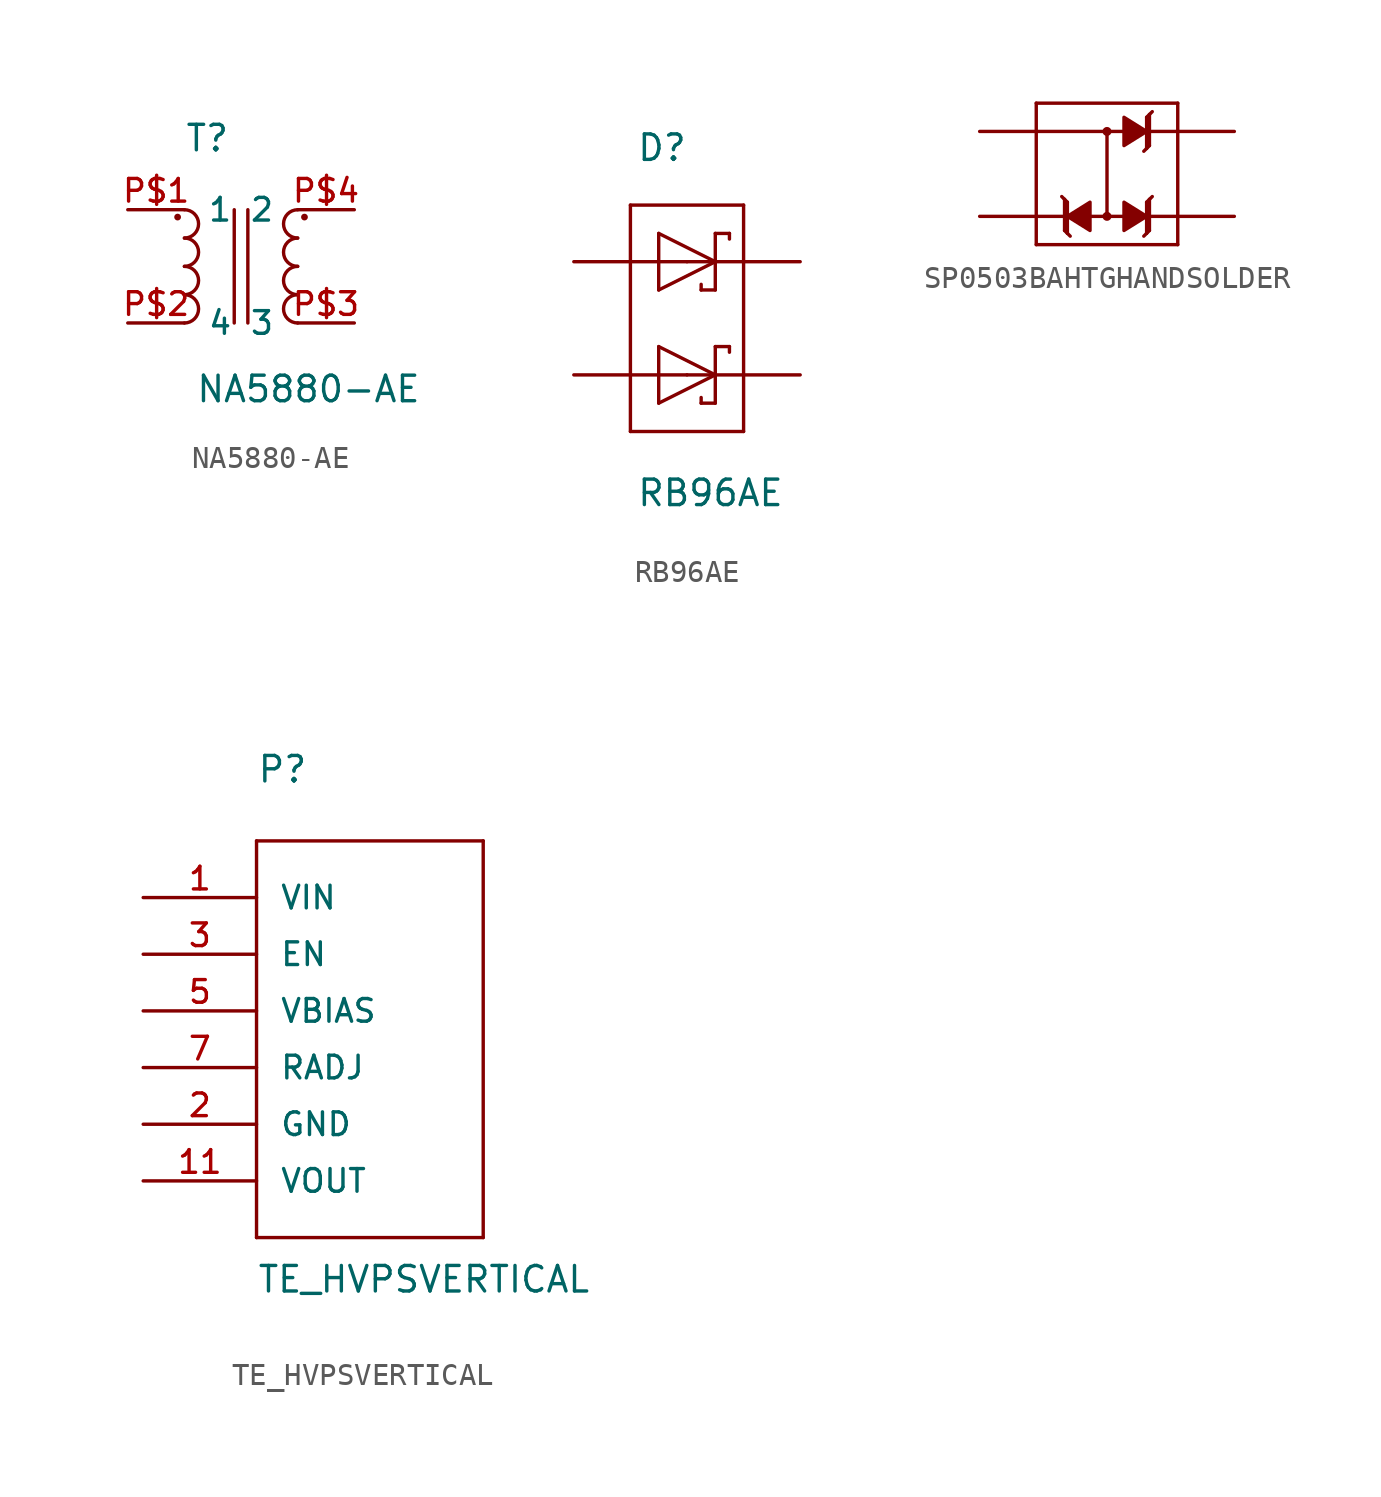
<source format=kicad_sym>
(kicad_symbol_lib
  (version 20220914)
  (generator kicad_symbol_editor)
  (symbol "NA5880-AE"
    (pin_names
      (offset 1.016))
    (property "Reference" "T"
      (at -2.54 5.08 0)
      (effects (font (size 1.143 1.143)) (justify left bottom)))
    (property "Value" "NA5880-AE"
      (at -2.057 -6.172 0)
      (effects (font (size 1.143 1.143)) (justify left bottom)))
    (property "ki_locked" ""
      (at 0 0 0)
      (effects (font (size 1.27 1.27))))
    (symbol "NA5880-AE_1_0"
      (polyline (pts (xy -0.305 2.54) (xy -0.305 -2.54)) (stroke (width 0) (type solid)) (fill (type none)))
      (polyline (pts (xy 0.305 2.54) (xy 0.305 -2.54)) (stroke (width 0) (type solid)) (fill (type none))))
    (symbol "NA5880-AE_1_1"
      (circle (center -2.845 2.21) (radius 0.076) (stroke (width 0) (type solid)) (fill (type outline)))
      (arc (start -2.54 -2.54) (mid -1.9077 -1.905) (end -2.54 -1.27) (stroke (width 0) (type solid)) (fill (type none)))
      (arc (start -2.54 -1.27) (mid -1.9077 -0.635) (end -2.54 0) (stroke (width 0) (type solid)) (fill (type none)))
      (arc (start -2.54 0) (mid -1.9077 0.635) (end -2.54 1.27) (stroke (width 0) (type solid)) (fill (type none)))
      (arc (start -2.54 1.27) (mid -1.9077 1.905) (end -2.54 2.54) (stroke (width 0) (type solid)) (fill (type none)))
      (arc (start 2.54 -1.27) (mid 1.9077 -1.905) (end 2.54 -2.54) (stroke (width 0) (type solid)) (fill (type none)))
      (arc (start 2.54 0) (mid 1.9077 -0.635) (end 2.54 -1.27) (stroke (width 0) (type solid)) (fill (type none)))
      (arc (start 2.54 1.27) (mid 1.9077 0.635) (end 2.54 0) (stroke (width 0) (type solid)) (fill (type none)))
      (arc (start 2.54 2.54) (mid 1.9077 1.905) (end 2.54 1.27) (stroke (width 0) (type solid)) (fill (type none)))
      (circle (center 2.845 2.21) (radius 0.076) (stroke (width 0) (type solid)) (fill (type outline)))
      (pin passive line (at -5.08 2.54 0) (length 2.54) (name "1" (effects (font (size 1.016 1.016)))) (number "P$1" (effects (font (size 1.016 1.016)))))
      (pin passive line (at -5.08 -2.54 0) (length 2.54) (name "4" (effects (font (size 1.016 1.016)))) (number "P$2" (effects (font (size 1.016 1.016)))))
      (pin passive line (at 5.08 -2.54 180) (length 2.54) (name "3" (effects (font (size 1.016 1.016)))) (number "P$3" (effects (font (size 1.016 1.016)))))
      (pin passive line (at 5.08 2.54 180) (length 2.54) (name "2" (effects (font (size 1.016 1.016)))) (number "P$4" (effects (font (size 1.016 1.016)))))))
  (symbol "RB96AE"
    (pin_numbers hide)
    (pin_names
      (offset 1.016) hide)
    (property "Reference" "D"
      (at -2.286 9.525 0)
      (effects (font (size 1.143 1.143)) (justify left bottom)))
    (property "Value" "RB96AE"
      (at -2.286 -5.969 0)
      (effects (font (size 1.143 1.143)) (justify left bottom)))
    (property "ki_locked" ""
      (at 0 0 0)
      (effects (font (size 1.27 1.27))))
    (symbol "RB96AE_1_0"
      (polyline (pts (xy -2.54 -2.54) (xy -2.54 7.62)) (stroke (width 0) (type solid)) (fill (type none)))
      (polyline (pts (xy -2.54 7.62) (xy 2.54 7.62)) (stroke (width 0) (type solid)) (fill (type none)))
      (polyline (pts (xy -1.27 -1.27) (xy 1.27 0)) (stroke (width 0) (type solid)) (fill (type none)))
      (polyline (pts (xy -1.27 1.27) (xy -1.27 -1.27)) (stroke (width 0) (type solid)) (fill (type none)))
      (polyline (pts (xy -1.27 3.81) (xy 1.27 5.08)) (stroke (width 0) (type solid)) (fill (type none)))
      (polyline (pts (xy -1.27 6.35) (xy -1.27 3.81)) (stroke (width 0) (type solid)) (fill (type none)))
      (polyline (pts (xy 0.635 -1.016) (xy 0.635 -1.27)) (stroke (width 0) (type solid)) (fill (type none)))
      (polyline (pts (xy 0.635 4.064) (xy 0.635 3.81)) (stroke (width 0) (type solid)) (fill (type none)))
      (polyline (pts (xy 1.27 -1.27) (xy 0.635 -1.27)) (stroke (width 0) (type solid)) (fill (type none)))
      (polyline (pts (xy 1.27 0) (xy -1.27 1.27)) (stroke (width 0) (type solid)) (fill (type none)))
      (polyline (pts (xy 1.27 0) (xy 1.27 -1.27)) (stroke (width 0) (type solid)) (fill (type none)))
      (polyline (pts (xy 1.27 1.27) (xy 1.27 0)) (stroke (width 0) (type solid)) (fill (type none)))
      (polyline (pts (xy 1.27 3.81) (xy 0.635 3.81)) (stroke (width 0) (type solid)) (fill (type none)))
      (polyline (pts (xy 1.27 5.08) (xy -1.27 6.35)) (stroke (width 0) (type solid)) (fill (type none)))
      (polyline (pts (xy 1.27 5.08) (xy 1.27 3.81)) (stroke (width 0) (type solid)) (fill (type none)))
      (polyline (pts (xy 1.27 6.35) (xy 1.27 5.08)) (stroke (width 0) (type solid)) (fill (type none)))
      (polyline (pts (xy 1.905 1.27) (xy 1.27 1.27)) (stroke (width 0) (type solid)) (fill (type none)))
      (polyline (pts (xy 1.905 1.27) (xy 1.905 1.016)) (stroke (width 0) (type solid)) (fill (type none)))
      (polyline (pts (xy 1.905 6.35) (xy 1.27 6.35)) (stroke (width 0) (type solid)) (fill (type none)))
      (polyline (pts (xy 1.905 6.35) (xy 1.905 6.096)) (stroke (width 0) (type solid)) (fill (type none)))
      (polyline (pts (xy 2.54 -2.54) (xy -2.54 -2.54)) (stroke (width 0) (type solid)) (fill (type none)))
      (polyline (pts (xy 2.54 7.62) (xy 2.54 -2.54)) (stroke (width 0) (type solid)) (fill (type none))))
    (symbol "RB96AE_1_1"
      (pin passive line (at -5.08 5.08 0) (length 5.08) (name "A1" (effects (font (size 1.016 1.016)))) (number "1" (effects (font (size 1.016 1.016)))))
      (pin passive line (at -5.08 0 0) (length 5.08) (name "A2" (effects (font (size 1.016 1.016)))) (number "3" (effects (font (size 1.016 1.016)))))
      (pin passive line (at 5.08 0 180) (length 5.08) (name "C2" (effects (font (size 1.016 1.016)))) (number "4" (effects (font (size 1.016 1.016)))))
      (pin passive line (at 5.08 5.08 180) (length 5.08) (name "C1" (effects (font (size 1.016 1.016)))) (number "5" (effects (font (size 1.016 1.016)))))))
  (symbol "SP0503BAHTGHANDSOLDER"
    (pin_numbers hide)
    (pin_names
      (offset 1.016) hide)
    (property "Reference" "U"
      (at 0 0 0)
      (effects (font (size 1.143 1.143)) hide))
    (property "ki_locked" ""
      (at 0 0 0)
      (effects (font (size 1.27 1.27))))
    (symbol "SP0503BAHTGHANDSOLDER_1_0"
      (polyline (pts (xy -3.81 -3.81) (xy -3.81 -2.54)) (stroke (width 0) (type solid)) (fill (type none)))
      (polyline (pts (xy -3.81 -2.54) (xy -3.81 1.27)) (stroke (width 0) (type solid)) (fill (type none)))
      (polyline (pts (xy -3.81 -2.54) (xy -2.54 -2.54)) (stroke (width 0) (type solid)) (fill (type none)))
      (polyline (pts (xy -3.81 1.27) (xy -3.81 2.54)) (stroke (width 0) (type solid)) (fill (type none)))
      (polyline (pts (xy -3.81 1.27) (xy 0.127 1.27)) (stroke (width 0) (type solid)) (fill (type none)))
      (polyline (pts (xy -3.81 2.54) (xy 2.54 2.54)) (stroke (width 0) (type solid)) (fill (type none)))
      (polyline (pts (xy -2.54 -3.175) (xy -2.413 -3.302)) (stroke (width 0) (type solid)) (fill (type none)))
      (polyline (pts (xy -2.54 -2.54) (xy -2.54 -3.175)) (stroke (width 0) (type solid)) (fill (type none)))
      (polyline (pts (xy -2.54 -1.778) (xy -2.667 -1.651)) (stroke (width 0) (type solid)) (fill (type none)))
      (polyline (pts (xy -2.54 -1.778) (xy -2.54 -2.54)) (stroke (width 0) (type solid)) (fill (type none)))
      (polyline (pts (xy -2.413 -3.302) (xy -2.286 -3.429)) (stroke (width 0) (type solid)) (fill (type none)))
      (polyline (pts (xy -2.413 -1.905) (xy -2.54 -1.778)) (stroke (width 0) (type solid)) (fill (type none)))
      (polyline (pts (xy -2.413 -1.905) (xy -2.413 -3.302)) (stroke (width 0) (type solid)) (fill (type none)))
      (polyline (pts (xy -0.635 1.143) (xy -0.635 -2.54)) (stroke (width 0) (type solid)) (fill (type none)))
      (polyline (pts (xy 0.254 -2.54) (xy -1.524 -2.54)) (stroke (width 0) (type solid)) (fill (type none)))
      (polyline (pts (xy 1.143 -3.302) (xy 1.016 -3.429)) (stroke (width 0) (type solid)) (fill (type none)))
      (polyline (pts (xy 1.143 -1.905) (xy 1.143 -3.302)) (stroke (width 0) (type solid)) (fill (type none)))
      (polyline (pts (xy 1.143 -1.905) (xy 1.27 -1.778)) (stroke (width 0) (type solid)) (fill (type none)))
      (polyline (pts (xy 1.143 0.508) (xy 1.016 0.381)) (stroke (width 0) (type solid)) (fill (type none)))
      (polyline (pts (xy 1.143 1.905) (xy 1.143 0.508)) (stroke (width 0) (type solid)) (fill (type none)))
      (polyline (pts (xy 1.143 1.905) (xy 1.27 2.032)) (stroke (width 0) (type solid)) (fill (type none)))
      (polyline (pts (xy 1.27 -3.175) (xy 1.143 -3.302)) (stroke (width 0) (type solid)) (fill (type none)))
      (polyline (pts (xy 1.27 -2.54) (xy 1.27 -3.175)) (stroke (width 0) (type solid)) (fill (type none)))
      (polyline (pts (xy 1.27 -1.778) (xy 1.27 -2.54)) (stroke (width 0) (type solid)) (fill (type none)))
      (polyline (pts (xy 1.27 -1.778) (xy 1.397 -1.651)) (stroke (width 0) (type solid)) (fill (type none)))
      (polyline (pts (xy 1.27 0.635) (xy 1.143 0.508)) (stroke (width 0) (type solid)) (fill (type none)))
      (polyline (pts (xy 1.27 1.27) (xy 1.27 0.635)) (stroke (width 0) (type solid)) (fill (type none)))
      (polyline (pts (xy 1.27 2.032) (xy 1.27 1.27)) (stroke (width 0) (type solid)) (fill (type none)))
      (polyline (pts (xy 1.27 2.032) (xy 1.397 2.159)) (stroke (width 0) (type solid)) (fill (type none)))
      (polyline (pts (xy 2.54 -3.81) (xy -3.81 -3.81)) (stroke (width 0) (type solid)) (fill (type none)))
      (polyline (pts (xy 2.54 -2.54) (xy 1.27 -2.54)) (stroke (width 0) (type solid)) (fill (type none)))
      (polyline (pts (xy 2.54 -2.54) (xy 2.54 -3.81)) (stroke (width 0) (type solid)) (fill (type none)))
      (polyline (pts (xy 2.54 1.27) (xy 1.27 1.27)) (stroke (width 0) (type solid)) (fill (type none)))
      (polyline (pts (xy 2.54 1.27) (xy 2.54 -2.54)) (stroke (width 0) (type solid)) (fill (type none)))
      (polyline (pts (xy 2.54 2.54) (xy 2.54 1.27)) (stroke (width 0) (type solid)) (fill (type none))))
    (symbol "SP0503BAHTGHANDSOLDER_1_1"
      (circle (center -0.635 -2.54) (radius 0.127) (stroke (width 0) (type solid)) (fill (type outline)))
      (circle (center -0.635 1.27) (radius 0.127) (stroke (width 0) (type solid)) (fill (type outline)))
      (polyline (pts (xy -1.397 -1.905) (xy -1.397 -3.175) (xy -1.397 -3.175) (xy -2.413 -2.54) (xy -2.413 -2.54) (xy -1.397 -1.905)) (stroke (width 0) (type solid)) (fill (type outline)))
      (polyline (pts (xy 0.127 -1.905) (xy 0.127 -3.175) (xy 0.127 -3.175) (xy 1.143 -2.54) (xy 1.143 -2.54) (xy 0.127 -1.905)) (stroke (width 0) (type solid)) (fill (type outline)))
      (polyline (pts (xy 0.127 1.905) (xy 0.127 0.635) (xy 0.127 0.635) (xy 1.143 1.27) (xy 1.143 1.27) (xy 0.127 1.905)) (stroke (width 0) (type solid)) (fill (type outline)))
      (pin bidirectional line (at -6.35 1.27 0) (length 2.54) (name "P$1" (effects (font (size 1.016 1.016)))) (number "1" (effects (font (size 1.016 1.016)))))
      (pin bidirectional line (at -6.35 -2.54 0) (length 2.54) (name "P$2" (effects (font (size 1.016 1.016)))) (number "2" (effects (font (size 1.016 1.016)))))
      (pin bidirectional line (at 5.08 -2.54 180) (length 2.54) (name "P$3" (effects (font (size 1.016 1.016)))) (number "3" (effects (font (size 1.016 1.016)))))
      (pin bidirectional line (at 5.08 1.27 180) (length 2.54) (name "P$4" (effects (font (size 1.016 1.016)))) (number "4" (effects (font (size 1.016 1.016)))))))
  (symbol "TE_HVPSVERTICAL"
    (pin_names
      (offset 1.016))
    (property "Reference" "P"
      (at -5.08 17.78 0)
      (effects (font (size 1.143 1.143)) (justify left bottom)))
    (property "Value" "TE_HVPSVERTICAL"
      (at -5.08 -5.08 0)
      (effects (font (size 1.143 1.143)) (justify left bottom)))
    (property "ki_locked" ""
      (at 0 0 0)
      (effects (font (size 1.27 1.27))))
    (symbol "TE_HVPSVERTICAL_1_0"
      (polyline (pts (xy -5.08 -2.54) (xy 5.08 -2.54)) (stroke (width 0) (type solid)) (fill (type none)))
      (polyline (pts (xy -5.08 15.24) (xy -5.08 -2.54)) (stroke (width 0) (type solid)) (fill (type none)))
      (polyline (pts (xy 5.08 -2.54) (xy 5.08 15.24)) (stroke (width 0) (type solid)) (fill (type none)))
      (polyline (pts (xy 5.08 15.24) (xy -5.08 15.24)) (stroke (width 0) (type solid)) (fill (type none))))
    (symbol "TE_HVPSVERTICAL_1_1"
      (pin power_in line (at -10.16 12.7 0) (length 5.08) (name "VIN" (effects (font (size 1.016 1.016)))) (number "1" (effects (font (size 1.016 1.016)))))
      (pin power_in line (at -10.16 2.54 0) (length 5.08) hide (name "GND" (effects (font (size 1.016 1.016)))) (number "10" (effects (font (size 1.016 1.016)))))
      (pin power_in line (at -10.16 0 0) (length 5.08) (name "VOUT" (effects (font (size 1.016 1.016)))) (number "11" (effects (font (size 1.016 1.016)))))
      (pin power_in line (at -10.16 2.54 0) (length 5.08) hide (name "GND" (effects (font (size 1.016 1.016)))) (number "12" (effects (font (size 1.016 1.016)))))
      (pin power_in line (at -10.16 2.54 0) (length 5.08) (name "GND" (effects (font (size 1.016 1.016)))) (number "2" (effects (font (size 1.016 1.016)))))
      (pin passive line (at -10.16 10.16 0) (length 5.08) (name "EN" (effects (font (size 1.016 1.016)))) (number "3" (effects (font (size 1.016 1.016)))))
      (pin power_in line (at -10.16 2.54 0) (length 5.08) hide (name "GND" (effects (font (size 1.016 1.016)))) (number "4" (effects (font (size 1.016 1.016)))))
      (pin power_in line (at -10.16 7.62 0) (length 5.08) (name "VBIAS" (effects (font (size 1.016 1.016)))) (number "5" (effects (font (size 1.016 1.016)))))
      (pin power_in line (at -10.16 2.54 0) (length 5.08) hide (name "GND" (effects (font (size 1.016 1.016)))) (number "6" (effects (font (size 1.016 1.016)))))
      (pin passive line (at -10.16 5.08 0) (length 5.08) (name "RADJ" (effects (font (size 1.016 1.016)))) (number "7" (effects (font (size 1.016 1.016)))))
      (pin power_in line (at -10.16 2.54 0) (length 5.08) hide (name "GND" (effects (font (size 1.016 1.016)))) (number "8" (effects (font (size 1.016 1.016)))))
      (pin power_in line (at -10.16 2.54 0) (length 5.08) hide (name "GND" (effects (font (size 1.016 1.016)))) (number "9" (effects (font (size 1.016 1.016))))))))
</source>
